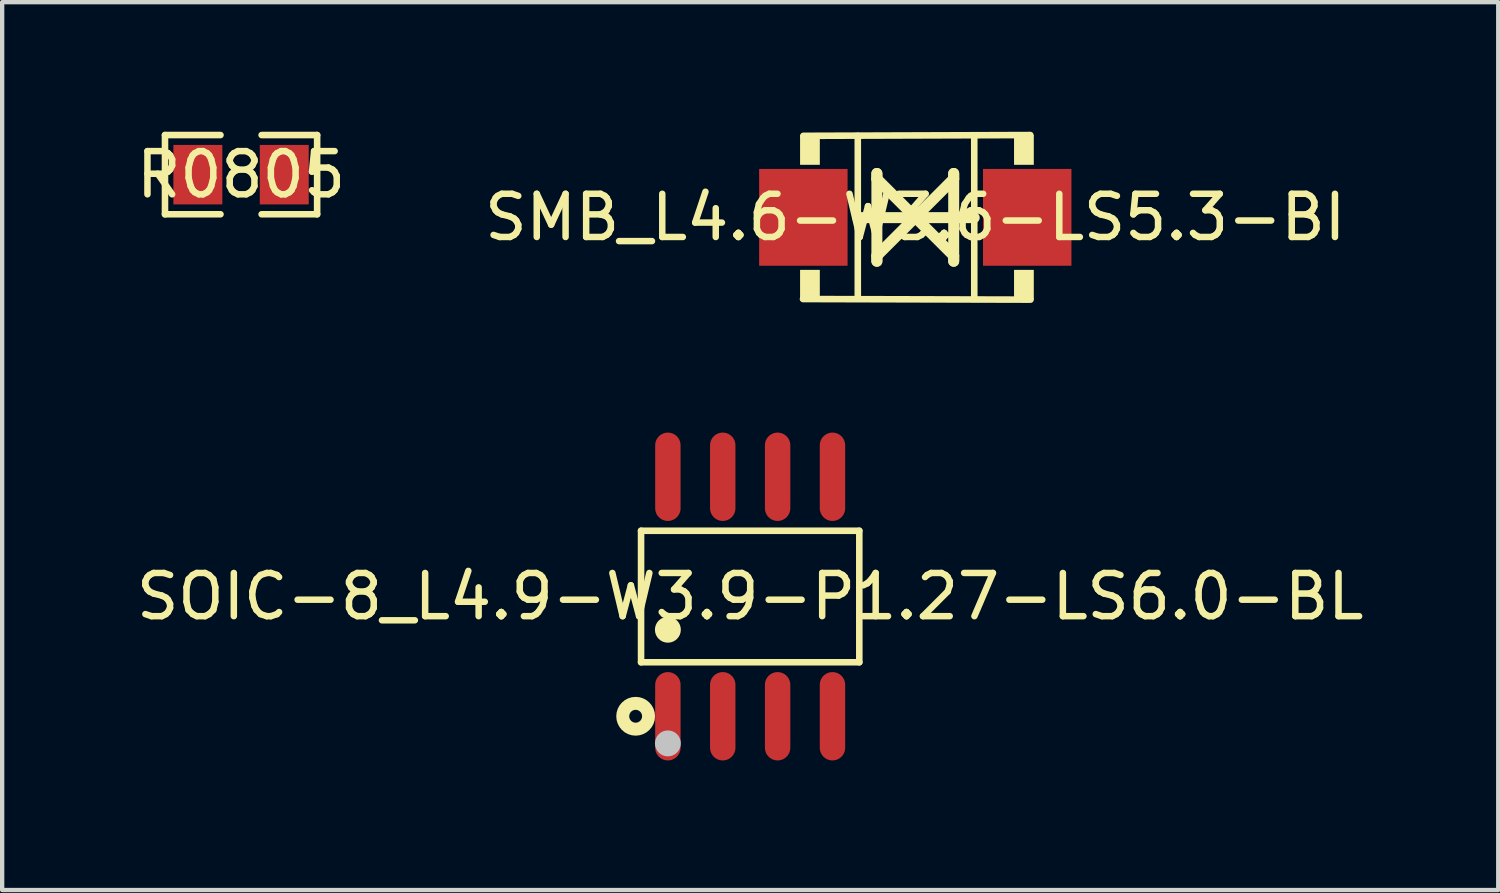
<source format=kicad_pcb>
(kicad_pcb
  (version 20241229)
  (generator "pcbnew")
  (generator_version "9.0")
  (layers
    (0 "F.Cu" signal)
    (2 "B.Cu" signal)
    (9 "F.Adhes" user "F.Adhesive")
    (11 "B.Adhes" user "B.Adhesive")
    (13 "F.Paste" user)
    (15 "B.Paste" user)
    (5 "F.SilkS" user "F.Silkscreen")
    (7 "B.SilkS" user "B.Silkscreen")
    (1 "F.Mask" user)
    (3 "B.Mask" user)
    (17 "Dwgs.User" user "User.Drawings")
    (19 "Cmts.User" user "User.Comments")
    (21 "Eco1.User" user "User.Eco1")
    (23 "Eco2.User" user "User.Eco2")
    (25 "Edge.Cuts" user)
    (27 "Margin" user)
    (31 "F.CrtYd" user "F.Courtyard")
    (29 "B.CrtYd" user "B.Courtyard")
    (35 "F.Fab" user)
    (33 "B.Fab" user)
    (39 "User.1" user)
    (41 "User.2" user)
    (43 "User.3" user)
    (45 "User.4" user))
  (footprint "SMB_L4.6-W3.6-LS5.3-BI"
    (layer "F.Cu")
    (at 18.137 1.981)
    (property "Reference" "SMB_L4.6-W3.6-LS5.3-BI" (at 0 0 0) (unlocked yes) (layer "F.SilkS") (effects (font (size 1 1) (thickness 0.15))))
    (fp_line (start -1.331 1.886) (end -1.331 -1.886) (stroke (width 0.152) (type default)) (layer "F.SilkS"))
    (fp_line (start -1.331 0.007) (end 1.364 0.007) (stroke (width 0.254) (type default)) (layer "F.SilkS"))
    (fp_line (start -0.889 -1.016) (end -0.889 1.016) (stroke (width 0.254) (type default)) (layer "F.SilkS"))
    (fp_line (start -0.889 -0.889) (end -0.889 -1.016) (stroke (width 0.254) (type default)) (layer "F.SilkS"))
    (fp_line (start -0.889 0.889) (end 0 0) (stroke (width 0.254) (type default)) (layer "F.SilkS"))
    (fp_line (start -0.889 1.016) (end -0.889 0.889) (stroke (width 0.254) (type default)) (layer "F.SilkS"))
    (fp_line (start 0 0) (end -0.889 -0.889) (stroke (width 0.254) (type default)) (layer "F.SilkS"))
    (fp_line (start 0 0) (end 0.889 0.889) (stroke (width 0.254) (type default)) (layer "F.SilkS"))
    (fp_line (start 0.889 -1.016) (end 0.889 -0.889) (stroke (width 0.254) (type default)) (layer "F.SilkS"))
    (fp_line (start 0.889 -0.889) (end 0 0) (stroke (width 0.254) (type default)) (layer "F.SilkS"))
    (fp_line (start 0.889 0.889) (end 0.889 1.016) (stroke (width 0.254) (type default)) (layer "F.SilkS"))
    (fp_line (start 0.889 1.016) (end 0.889 -1.016) (stroke (width 0.254) (type default)) (layer "F.SilkS"))
    (fp_line (start 1.365 1.886) (end 1.365 -1.886) (stroke (width 0.152) (type default)) (layer "F.SilkS"))
    (fp_line (start 2.663 -1.905) (end -2.591 -1.887) (stroke (width 0.152) (type default)) (layer "F.SilkS"))
    (fp_line (start 2.667 1.905) (end -2.599 1.891) (stroke (width 0.152) (type default)) (layer "F.SilkS"))
    (fp_poly (pts (xy -2.667 -1.905) (xy -2.667 -1.216) (xy -2.21 -1.216) (xy -2.21 -1.905)) (stroke (width 0) (type default)) (fill yes) (layer "F.SilkS"))
    (fp_poly (pts (xy -2.667 1.905) (xy -2.667 1.216) (xy -2.21 1.216) (xy -2.21 1.905)) (stroke (width 0) (type default)) (fill yes) (layer "F.SilkS"))
    (fp_poly (pts (xy 2.286 -1.905) (xy 2.286 -1.216) (xy 2.743 -1.216) (xy 2.743 -1.905)) (stroke (width 0) (type default)) (fill yes) (layer "F.SilkS"))
    (fp_poly (pts (xy 2.286 1.905) (xy 2.286 1.216) (xy 2.743 1.216) (xy 2.743 1.905)) (stroke (width 0) (type default)) (fill yes) (layer "F.SilkS"))
    (fp_poly (pts (xy -2.708 -1.038) (xy -2.708 1.038) (xy -1.567 1.038) (xy -1.567 -1.038)) (stroke (width 0.1) (type default)) (fill no) (layer "User.1"))
    (fp_poly (pts (xy 2.708 -1.038) (xy 2.708 1.038) (xy 1.567 1.038) (xy 1.567 -1.038)) (stroke (width 0.1) (type default)) (fill no) (layer "User.1"))
    (fp_line (start -2.3 -1.81) (end 2.3 -1.81) (stroke (width 0.051) (type default)) (layer "User.2"))
    (fp_line (start -2.3 1.81) (end -2.3 -1.81) (stroke (width 0.051) (type default)) (layer "User.2"))
    (fp_line (start 2.3 -1.81) (end 2.3 1.81) (stroke (width 0.051) (type default)) (layer "User.2"))
    (fp_line (start 2.3 1.81) (end -2.3 1.81) (stroke (width 0.051) (type default)) (layer "User.2"))
    (fp_poly (pts (xy -2.647 1.81) (xy -2.665 1.768) (xy -2.708 1.75) (xy -2.75 1.768) (xy -2.768 1.81) (xy -2.75 1.852) (xy -2.708 1.87) (xy -2.665 1.852)) (stroke (width 0.1) (type default)) (fill no) (layer "User.3"))
    (pad "1" smd rect (at -2.591 0) (size 2.047 2.241) (layers "F.Cu" "F.Mask" "F.Paste"))
    (pad "2" smd rect (at 2.591 0) (size 2.047 2.241) (layers "F.Cu" "F.Mask" "F.Paste")))
  (footprint "R0805"
    (layer "F.Cu")
    (at 2.53 0.993)
    (property "Reference" "R0805" (at 0 0 0) (unlocked yes) (layer "F.SilkS") (effects (font (size 1 1) (thickness 0.15))))
    (fp_line (start -1.761 -0.917) (end -0.476 -0.917) (stroke (width 0.152) (type default)) (layer "F.SilkS"))
    (fp_line (start -1.761 0.917) (end -1.761 -0.917) (stroke (width 0.152) (type default)) (layer "F.SilkS"))
    (fp_line (start -0.476 0.917) (end -1.761 0.917) (stroke (width 0.152) (type default)) (layer "F.SilkS"))
    (fp_line (start 0.476 0.917) (end 1.761 0.917) (stroke (width 0.152) (type default)) (layer "F.SilkS"))
    (fp_line (start 1.761 -0.917) (end 0.476 -0.917) (stroke (width 0.152) (type default)) (layer "F.SilkS"))
    (fp_line (start 1.761 0.917) (end 1.761 -0.917) (stroke (width 0.152) (type default)) (layer "F.SilkS"))
    (fp_poly (pts (xy -1.7 0.64) (xy -1.7 -0.64) (xy -1.65 -0.69) (xy -0.5 -0.69) (xy -0.45 -0.64) (xy -0.445 -0.23) (xy -0.895 -0.23) (xy -0.895 0.22) (xy -0.455 0.22) (xy -0.45 0.64) (xy -0.5 0.69) (xy -1.65 0.69)) (stroke (width 0) (type default)) (fill yes) (layer "F.Paste"))
    (fp_poly (pts (xy 0.45 0.64) (xy 0.45 0.22) (xy 0.895 0.22) (xy 0.895 -0.23) (xy 0.455 -0.23) (xy 0.45 -0.64) (xy 0.5 -0.69) (xy 1.65 -0.69) (xy 1.7 -0.64) (xy 1.7 0.64) (xy 1.65 0.69) (xy 0.5 0.69)) (stroke (width 0) (type default)) (fill yes) (layer "F.Paste"))
    (fp_poly (pts (xy -1 0.637) (xy -1 -0.637) (xy -0.6 -0.637) (xy -0.6 0.637)) (stroke (width 0.1) (type default)) (fill no) (layer "User.1"))
    (fp_poly (pts (xy 1 0.637) (xy 1 -0.637) (xy 0.6 -0.637) (xy 0.6 0.637)) (stroke (width 0.1) (type default)) (fill no) (layer "User.1"))
    (fp_line (start -1 -0.637) (end 1 -0.637) (stroke (width 0.051) (type default)) (layer "User.2"))
    (fp_line (start -1 0.637) (end -1 -0.637) (stroke (width 0.051) (type default)) (layer "User.2"))
    (fp_line (start 1 -0.637) (end 1 0.637) (stroke (width 0.051) (type default)) (layer "User.2"))
    (fp_line (start 1 0.637) (end -1 0.637) (stroke (width 0.051) (type default)) (layer "User.2"))
    (fp_poly (pts (xy -0.94 0.637) (xy -0.958 0.595) (xy -1 0.578) (xy -1.042 0.595) (xy -1.06 0.637) (xy -1.042 0.68) (xy -1 0.698) (xy -0.958 0.68)) (stroke (width 0.1) (type default)) (fill no) (layer "User.3"))
    (pad "1" smd rect (at -1 0) (size 1.133 1.377) (layers "F.Cu" "F.Mask" "F.Paste"))
    (pad "2" smd rect (at 1 0) (size 1.133 1.377) (layers "F.Cu" "F.Mask" "F.Paste")))
  (footprint "SOIC-8_L4.9-W3.9-P1.27-LS6.0-BL"
    (layer "F.Cu")
    (at 14.315 10.758)
    (property "Reference" "SOIC-8_L4.9-W3.9-P1.27-LS6.0-BL" (at 0 0 0) (unlocked yes) (layer "F.SilkS") (effects (font (size 1 1) (thickness 0.15))))
    (fp_line (start -2.526 -1.522) (end 2.526 -1.522) (stroke (width 0.152) (type default)) (layer "F.SilkS"))
    (fp_line (start -2.526 1.522) (end -2.526 -1.522) (stroke (width 0.152) (type default)) (layer "F.SilkS"))
    (fp_line (start 2.526 -1.522) (end 2.526 1.522) (stroke (width 0.152) (type default)) (layer "F.SilkS"))
    (fp_line (start 2.526 1.522) (end -2.526 1.522) (stroke (width 0.152) (type default)) (layer "F.SilkS"))
    (fp_circle (center -2.651 2.772) (end -2.502 2.772) (stroke (width 0.3) (type default)) (fill no) (layer "F.SilkS"))
    (fp_circle (center -1.905 0.769) (end -1.755 0.769) (stroke (width 0.3) (type default)) (fill no) (layer "F.SilkS"))
    (fp_circle (center -1.905 3.4) (end -1.755 3.4) (stroke (width 0.3) (type default)) (fill no) (layer "Dwgs.User"))
    (fp_poly (pts (xy -2.115 -3) (xy -2.115 -2.165) (xy -1.695 -2.165) (xy -1.695 -3)) (stroke (width 0.1) (type default)) (fill no) (layer "User.1"))
    (fp_poly (pts (xy -2.115 -2.175) (xy -2.115 -1.94) (xy -1.695 -1.94) (xy -1.695 -2.175)) (stroke (width 0.1) (type default)) (fill no) (layer "User.1"))
    (fp_poly (pts (xy -2.115 2.175) (xy -2.115 1.94) (xy -1.695 1.94) (xy -1.695 2.175)) (stroke (width 0.1) (type default)) (fill no) (layer "User.1"))
    (fp_poly (pts (xy -2.115 3) (xy -2.115 2.165) (xy -1.695 2.165) (xy -1.695 3)) (stroke (width 0.1) (type default)) (fill no) (layer "User.1"))
    (fp_poly (pts (xy -0.845 -3) (xy -0.845 -2.165) (xy -0.425 -2.165) (xy -0.425 -3)) (stroke (width 0.1) (type default)) (fill no) (layer "User.1"))
    (fp_poly (pts (xy -0.845 -2.175) (xy -0.845 -1.94) (xy -0.425 -1.94) (xy -0.425 -2.175)) (stroke (width 0.1) (type default)) (fill no) (layer "User.1"))
    (fp_poly (pts (xy -0.845 2.175) (xy -0.845 1.94) (xy -0.425 1.94) (xy -0.425 2.175)) (stroke (width 0.1) (type default)) (fill no) (layer "User.1"))
    (fp_poly (pts (xy -0.845 3) (xy -0.845 2.165) (xy -0.425 2.165) (xy -0.425 3)) (stroke (width 0.1) (type default)) (fill no) (layer "User.1"))
    (fp_poly (pts (xy 0.425 -3) (xy 0.425 -2.165) (xy 0.845 -2.165) (xy 0.845 -3)) (stroke (width 0.1) (type default)) (fill no) (layer "User.1"))
    (fp_poly (pts (xy 0.425 -2.175) (xy 0.425 -1.94) (xy 0.845 -1.94) (xy 0.845 -2.175)) (stroke (width 0.1) (type default)) (fill no) (layer "User.1"))
    (fp_poly (pts (xy 0.425 2.175) (xy 0.425 1.94) (xy 0.845 1.94) (xy 0.845 2.175)) (stroke (width 0.1) (type default)) (fill no) (layer "User.1"))
    (fp_poly (pts (xy 0.425 3) (xy 0.425 2.165) (xy 0.845 2.165) (xy 0.845 3)) (stroke (width 0.1) (type default)) (fill no) (layer "User.1"))
    (fp_poly (pts (xy 1.695 -3) (xy 1.695 -2.165) (xy 2.115 -2.165) (xy 2.115 -3)) (stroke (width 0.1) (type default)) (fill no) (layer "User.1"))
    (fp_poly (pts (xy 1.695 -2.175) (xy 1.695 -1.94) (xy 2.115 -1.94) (xy 2.115 -2.175)) (stroke (width 0.1) (type default)) (fill no) (layer "User.1"))
    (fp_poly (pts (xy 1.695 2.175) (xy 1.695 1.94) (xy 2.115 1.94) (xy 2.115 2.175)) (stroke (width 0.1) (type default)) (fill no) (layer "User.1"))
    (fp_poly (pts (xy 1.695 3) (xy 1.695 2.165) (xy 2.115 2.165) (xy 2.115 3)) (stroke (width 0.1) (type default)) (fill no) (layer "User.1"))
    (fp_line (start -2.45 -1.95) (end 2.45 -1.95) (stroke (width 0.051) (type default)) (layer "User.2"))
    (fp_line (start -2.45 1.95) (end -2.45 -1.95) (stroke (width 0.051) (type default)) (layer "User.2"))
    (fp_line (start 2.45 -1.95) (end 2.45 1.95) (stroke (width 0.051) (type default)) (layer "User.2"))
    (fp_line (start 2.45 1.95) (end -2.45 1.95) (stroke (width 0.051) (type default)) (layer "User.2"))
    (fp_poly (pts (xy -2.39 3) (xy -2.408 2.958) (xy -2.45 2.94) (xy -2.492 2.958) (xy -2.51 3) (xy -2.492 3.042) (xy -2.45 3.06) (xy -2.408 3.042)) (stroke (width 0.1) (type default)) (fill no) (layer "User.3"))
    (pad "1" smd oval (at -1.905 2.772) (size 0.588 2.045) (layers "F.Cu" "F.Mask" "F.Paste"))
    (pad "2" smd oval (at -0.635 2.772) (size 0.588 2.045) (layers "F.Cu" "F.Mask" "F.Paste"))
    (pad "3" smd oval (at 0.635 2.772) (size 0.588 2.045) (layers "F.Cu" "F.Mask" "F.Paste"))
    (pad "4" smd oval (at 1.905 2.772) (size 0.588 2.045) (layers "F.Cu" "F.Mask" "F.Paste"))
    (pad "5" smd oval (at 1.905 -2.772) (size 0.588 2.045) (layers "F.Cu" "F.Mask" "F.Paste"))
    (pad "6" smd oval (at 0.635 -2.772) (size 0.588 2.045) (layers "F.Cu" "F.Mask" "F.Paste"))
    (pad "7" smd oval (at -0.635 -2.772) (size 0.588 2.045) (layers "F.Cu" "F.Mask" "F.Paste"))
    (pad "8" smd oval (at -1.905 -2.772) (size 0.588 2.045) (layers "F.Cu" "F.Mask" "F.Paste")))
  (gr_rect
    (start -3 -3)
    (end 31.631 17.552)
    (stroke (width 0.1) (type default))
    (fill no)
    (layer "Edge.Cuts")))
</source>
